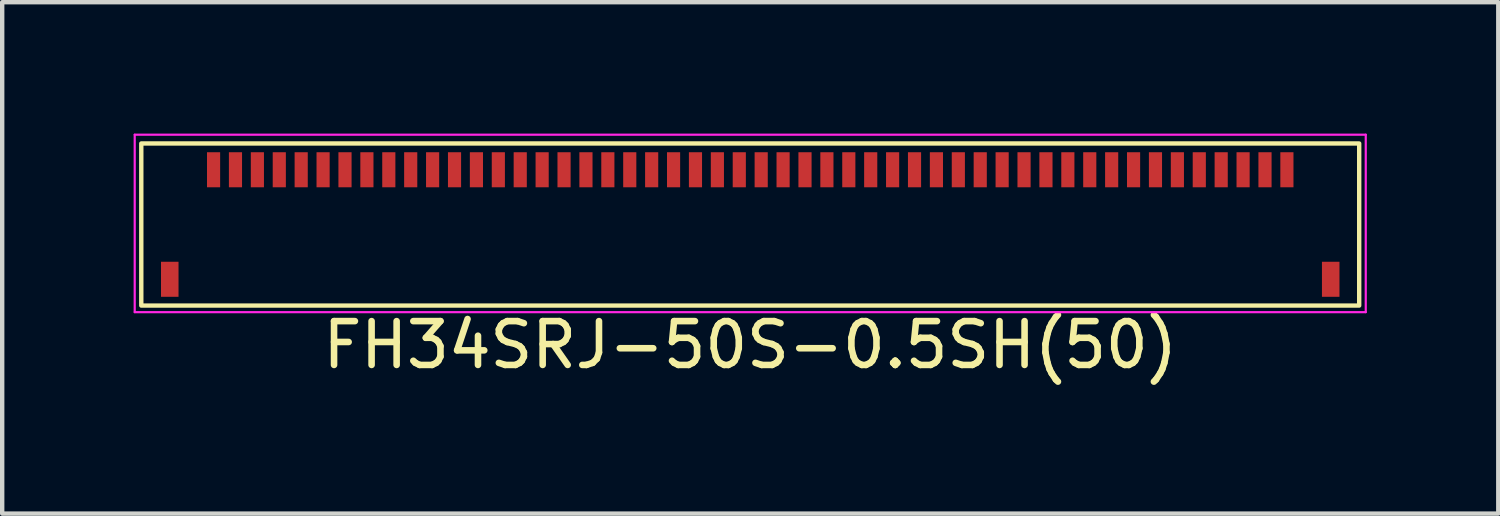
<source format=kicad_pcb>
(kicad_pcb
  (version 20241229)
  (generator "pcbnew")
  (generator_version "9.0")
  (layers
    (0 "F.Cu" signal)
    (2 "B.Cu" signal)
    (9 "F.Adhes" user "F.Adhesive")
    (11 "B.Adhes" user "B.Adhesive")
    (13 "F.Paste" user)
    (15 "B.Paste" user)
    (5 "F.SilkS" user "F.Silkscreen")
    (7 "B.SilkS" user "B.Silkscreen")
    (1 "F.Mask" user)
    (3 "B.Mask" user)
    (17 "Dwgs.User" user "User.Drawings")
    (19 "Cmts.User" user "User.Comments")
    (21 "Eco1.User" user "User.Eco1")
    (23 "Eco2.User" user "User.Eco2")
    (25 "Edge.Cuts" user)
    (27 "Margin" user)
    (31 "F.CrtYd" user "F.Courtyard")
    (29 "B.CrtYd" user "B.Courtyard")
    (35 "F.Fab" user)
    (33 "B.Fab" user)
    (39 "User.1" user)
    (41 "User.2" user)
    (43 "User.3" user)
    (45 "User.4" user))
  (footprint "FH34SRJ-50S-0.5SH(50)"
    (layer "F.Cu")
    (at 14.075 0.825)
    (property "Reference" "FH34SRJ-50S-0.5SH(50)" (at 0 4 0) (layer "F.SilkS") (effects (font (size 1 1) (thickness 0.15))))
    (attr smd)
    (fp_rect (start -13.9 3.1) (end 13.9 -0.6) (stroke (width 0.1) (type default)) (fill no) (layer "F.SilkS"))
    (fp_line (start -14.05 -0.8) (end -14.05 3.25) (stroke (width 0.05) (type default)) (layer "F.CrtYd"))
    (fp_line (start -14.05 -0.8) (end 14.05 -0.8) (stroke (width 0.05) (type default)) (layer "F.CrtYd"))
    (fp_line (start -14.05 3.25) (end 14.05 3.25) (stroke (width 0.05) (type default)) (layer "F.CrtYd"))
    (fp_line (start 14.05 -0.8) (end 14.05 3.25) (stroke (width 0.05) (type default)) (layer "F.CrtYd"))
    (pad "0" smd rect (at -13.25 2.5) (size 0.4 0.8) (layers "F.Cu" "F.Mask" "F.Paste"))
    (pad "0" smd rect (at 13.25 2.5) (size 0.4 0.8) (layers "F.Cu" "F.Mask" "F.Paste"))
    (pad "1" smd rect (at -12.25 0) (size 0.3 0.8) (layers "F.Cu" "F.Mask" "F.Paste"))
    (pad "2" smd rect (at -11.75 0) (size 0.3 0.8) (layers "F.Cu" "F.Mask" "F.Paste"))
    (pad "3" smd rect (at -11.25 0) (size 0.3 0.8) (layers "F.Cu" "F.Mask" "F.Paste"))
    (pad "4" smd rect (at -10.75 0) (size 0.3 0.8) (layers "F.Cu" "F.Mask" "F.Paste"))
    (pad "5" smd rect (at -10.25 0) (size 0.3 0.8) (layers "F.Cu" "F.Mask" "F.Paste"))
    (pad "6" smd rect (at -9.75 0) (size 0.3 0.8) (layers "F.Cu" "F.Mask" "F.Paste"))
    (pad "7" smd rect (at -9.25 0) (size 0.3 0.8) (layers "F.Cu" "F.Mask" "F.Paste"))
    (pad "8" smd rect (at -8.75 0) (size 0.3 0.8) (layers "F.Cu" "F.Mask" "F.Paste"))
    (pad "9" smd rect (at -8.25 0) (size 0.3 0.8) (layers "F.Cu" "F.Mask" "F.Paste"))
    (pad "10" smd rect (at -7.75 0) (size 0.3 0.8) (layers "F.Cu" "F.Mask" "F.Paste"))
    (pad "11" smd rect (at -7.25 0) (size 0.3 0.8) (layers "F.Cu" "F.Mask" "F.Paste"))
    (pad "12" smd rect (at -6.75 0) (size 0.3 0.8) (layers "F.Cu" "F.Mask" "F.Paste"))
    (pad "13" smd rect (at -6.25 0) (size 0.3 0.8) (layers "F.Cu" "F.Mask" "F.Paste"))
    (pad "14" smd rect (at -5.75 0) (size 0.3 0.8) (layers "F.Cu" "F.Mask" "F.Paste"))
    (pad "15" smd rect (at -5.25 0) (size 0.3 0.8) (layers "F.Cu" "F.Mask" "F.Paste"))
    (pad "16" smd rect (at -4.75 0) (size 0.3 0.8) (layers "F.Cu" "F.Mask" "F.Paste"))
    (pad "17" smd rect (at -4.25 0) (size 0.3 0.8) (layers "F.Cu" "F.Mask" "F.Paste"))
    (pad "18" smd rect (at -3.75 0) (size 0.3 0.8) (layers "F.Cu" "F.Mask" "F.Paste"))
    (pad "19" smd rect (at -3.25 0) (size 0.3 0.8) (layers "F.Cu" "F.Mask" "F.Paste"))
    (pad "20" smd rect (at -2.75 0) (size 0.3 0.8) (layers "F.Cu" "F.Mask" "F.Paste"))
    (pad "21" smd rect (at -2.25 0) (size 0.3 0.8) (layers "F.Cu" "F.Mask" "F.Paste"))
    (pad "22" smd rect (at -1.75 0) (size 0.3 0.8) (layers "F.Cu" "F.Mask" "F.Paste"))
    (pad "23" smd rect (at -1.25 0) (size 0.3 0.8) (layers "F.Cu" "F.Mask" "F.Paste"))
    (pad "24" smd rect (at -0.75 0) (size 0.3 0.8) (layers "F.Cu" "F.Mask" "F.Paste"))
    (pad "25" smd rect (at -0.25 0) (size 0.3 0.8) (layers "F.Cu" "F.Mask" "F.Paste"))
    (pad "26" smd rect (at 0.25 0) (size 0.3 0.8) (layers "F.Cu" "F.Mask" "F.Paste"))
    (pad "27" smd rect (at 0.75 0) (size 0.3 0.8) (layers "F.Cu" "F.Mask" "F.Paste"))
    (pad "28" smd rect (at 1.25 0) (size 0.3 0.8) (layers "F.Cu" "F.Mask" "F.Paste"))
    (pad "29" smd rect (at 1.75 0) (size 0.3 0.8) (layers "F.Cu" "F.Mask" "F.Paste"))
    (pad "30" smd rect (at 2.25 0) (size 0.3 0.8) (layers "F.Cu" "F.Mask" "F.Paste"))
    (pad "31" smd rect (at 2.75 0) (size 0.3 0.8) (layers "F.Cu" "F.Mask" "F.Paste"))
    (pad "32" smd rect (at 3.25 0) (size 0.3 0.8) (layers "F.Cu" "F.Mask" "F.Paste"))
    (pad "33" smd rect (at 3.75 0) (size 0.3 0.8) (layers "F.Cu" "F.Mask" "F.Paste"))
    (pad "34" smd rect (at 4.25 0) (size 0.3 0.8) (layers "F.Cu" "F.Mask" "F.Paste"))
    (pad "35" smd rect (at 4.75 0) (size 0.3 0.8) (layers "F.Cu" "F.Mask" "F.Paste"))
    (pad "36" smd rect (at 5.25 0) (size 0.3 0.8) (layers "F.Cu" "F.Mask" "F.Paste"))
    (pad "37" smd rect (at 5.75 0) (size 0.3 0.8) (layers "F.Cu" "F.Mask" "F.Paste"))
    (pad "38" smd rect (at 6.25 0) (size 0.3 0.8) (layers "F.Cu" "F.Mask" "F.Paste"))
    (pad "39" smd rect (at 6.75 0) (size 0.3 0.8) (layers "F.Cu" "F.Mask" "F.Paste"))
    (pad "40" smd rect (at 7.25 0) (size 0.3 0.8) (layers "F.Cu" "F.Mask" "F.Paste"))
    (pad "41" smd rect (at 7.75 0) (size 0.3 0.8) (layers "F.Cu" "F.Mask" "F.Paste"))
    (pad "42" smd rect (at 8.25 0) (size 0.3 0.8) (layers "F.Cu" "F.Mask" "F.Paste"))
    (pad "43" smd rect (at 8.75 0) (size 0.3 0.8) (layers "F.Cu" "F.Mask" "F.Paste"))
    (pad "44" smd rect (at 9.25 0) (size 0.3 0.8) (layers "F.Cu" "F.Mask" "F.Paste"))
    (pad "45" smd rect (at 9.75 0) (size 0.3 0.8) (layers "F.Cu" "F.Mask" "F.Paste"))
    (pad "46" smd rect (at 10.25 0) (size 0.3 0.8) (layers "F.Cu" "F.Mask" "F.Paste"))
    (pad "47" smd rect (at 10.75 0) (size 0.3 0.8) (layers "F.Cu" "F.Mask" "F.Paste"))
    (pad "48" smd rect (at 11.25 0) (size 0.3 0.8) (layers "F.Cu" "F.Mask" "F.Paste"))
    (pad "49" smd rect (at 11.75 0) (size 0.3 0.8) (layers "F.Cu" "F.Mask" "F.Paste"))
    (pad "50" smd rect (at 12.25 0) (size 0.3 0.8) (layers "F.Cu" "F.Mask" "F.Paste")))
  (gr_rect
    (start -3 -3)
    (end 31.15 8.673)
    (stroke (width 0.1) (type default))
    (fill no)
    (layer "Edge.Cuts")))
</source>
